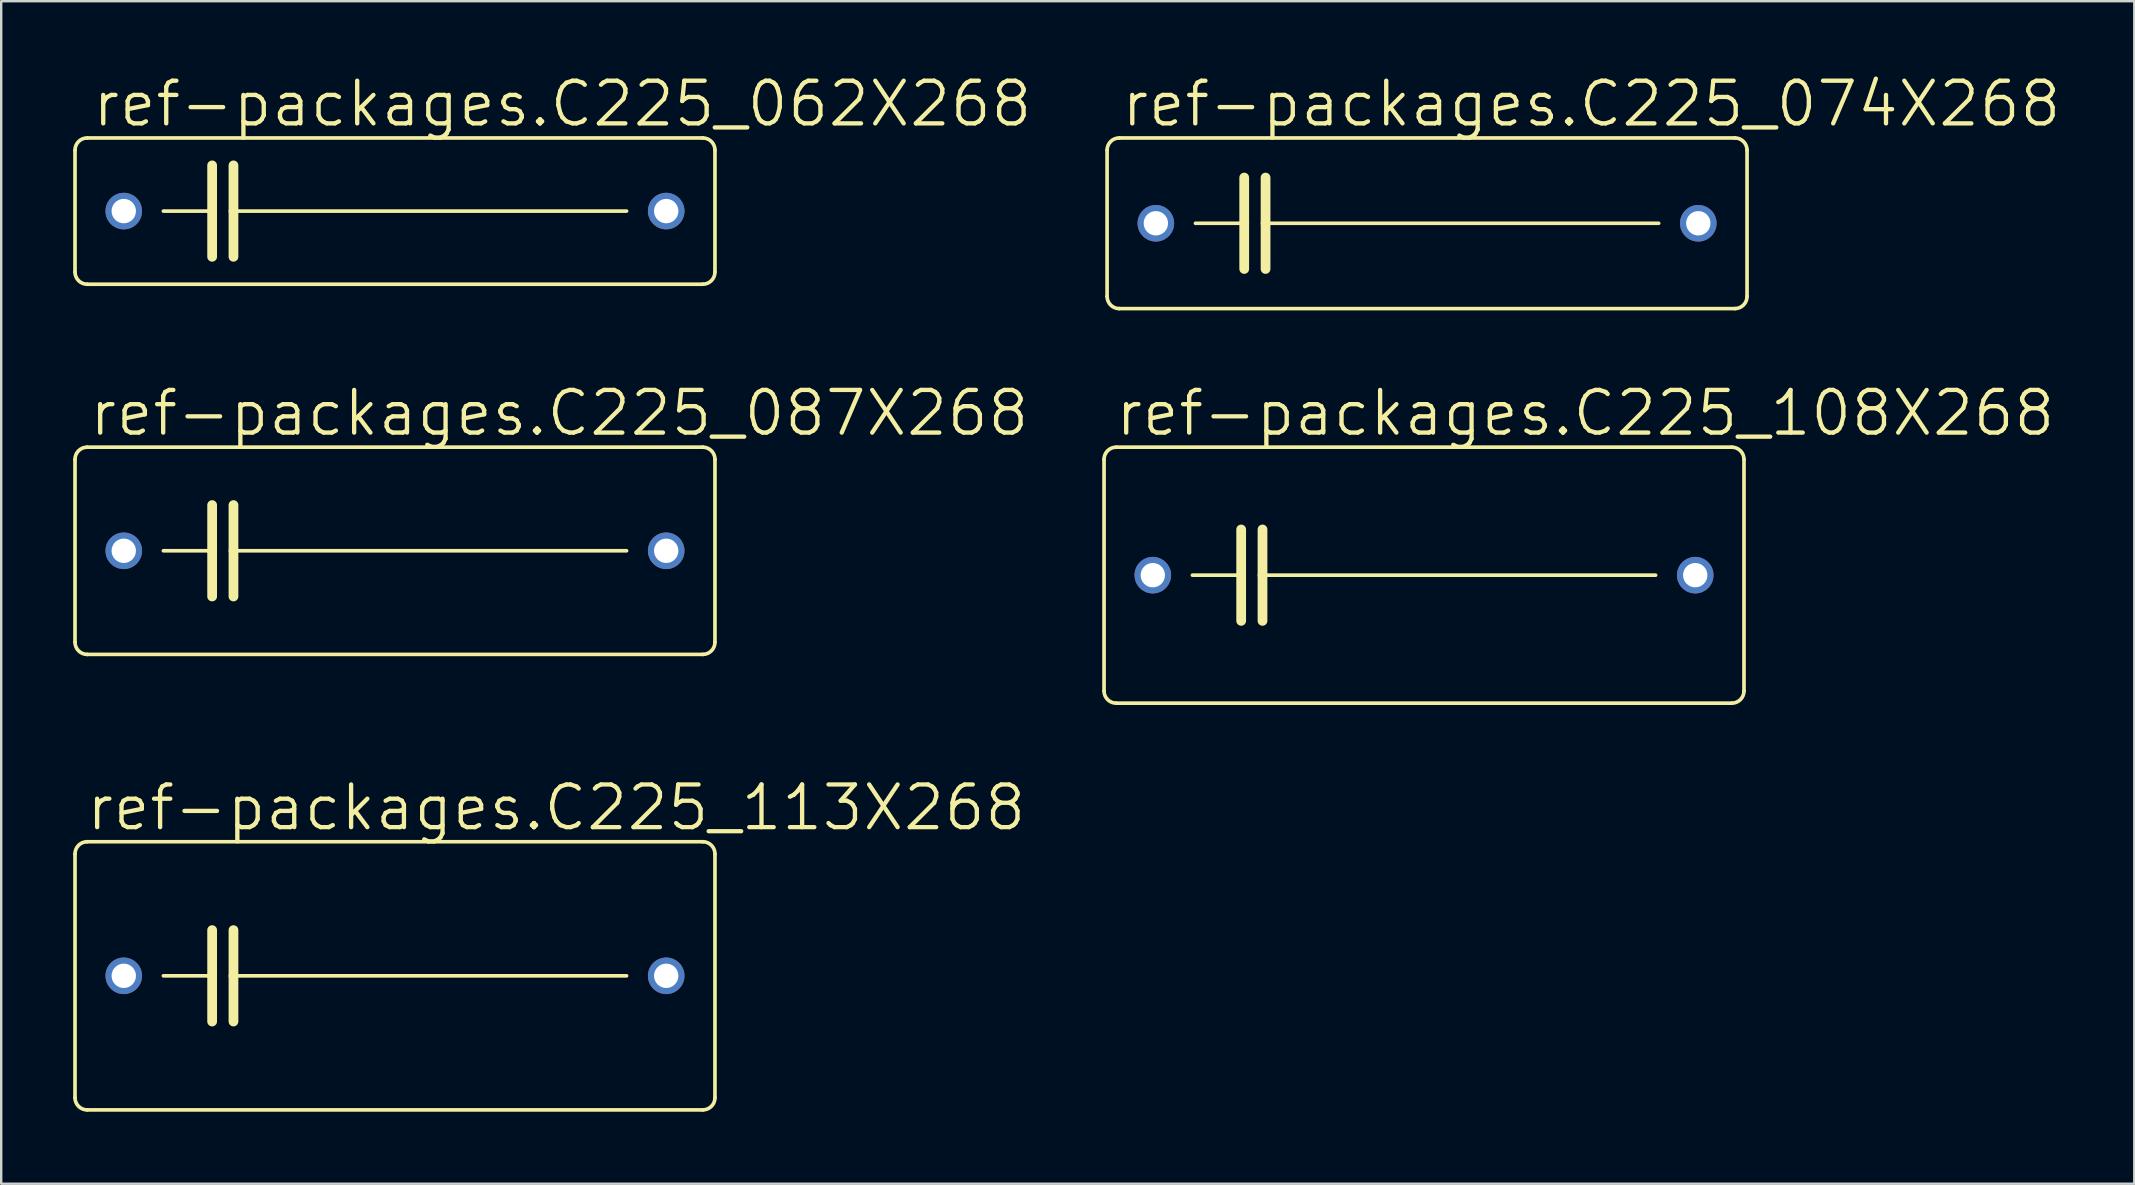
<source format=kicad_pcb>
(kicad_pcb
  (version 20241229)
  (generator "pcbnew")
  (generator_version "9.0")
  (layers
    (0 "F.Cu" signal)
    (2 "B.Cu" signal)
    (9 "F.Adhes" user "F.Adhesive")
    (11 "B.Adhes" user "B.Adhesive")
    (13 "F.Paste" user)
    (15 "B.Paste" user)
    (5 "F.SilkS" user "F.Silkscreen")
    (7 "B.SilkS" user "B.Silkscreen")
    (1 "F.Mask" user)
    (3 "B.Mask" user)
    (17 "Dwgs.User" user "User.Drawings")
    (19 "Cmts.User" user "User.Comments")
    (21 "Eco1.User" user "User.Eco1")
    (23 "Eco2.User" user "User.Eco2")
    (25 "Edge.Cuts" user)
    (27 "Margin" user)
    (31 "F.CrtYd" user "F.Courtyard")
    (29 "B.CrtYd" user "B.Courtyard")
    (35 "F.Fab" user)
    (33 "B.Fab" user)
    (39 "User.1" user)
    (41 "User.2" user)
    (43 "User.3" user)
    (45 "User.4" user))
  (footprint "ref-packages.C225_074X268"
    (layer "F.Cu")
    (at 56.423 6.255)
    (property "Reference" "ref-packages.C225_074X268" (at -12.827 -3.937 0) (layer "F.SilkS") (effects (font (size 1.778 1.778) (thickness 0.18)) (justify left bottom)))
    (attr through_hole)
    (fp_line (start -13.335 3.048) (end -13.335 -3.048) (stroke (width 0.152) (type default)) (layer "F.SilkS"))
    (fp_line (start -12.827 -3.556) (end 12.827 -3.556) (stroke (width 0.152) (type default)) (layer "F.SilkS"))
    (fp_line (start -9.652 0) (end -7.62 0) (stroke (width 0.152) (type default)) (layer "F.SilkS"))
    (fp_line (start -7.62 -1.905) (end -7.62 0) (stroke (width 0.406) (type default)) (layer "F.SilkS"))
    (fp_line (start -7.62 0) (end -7.62 1.905) (stroke (width 0.406) (type default)) (layer "F.SilkS"))
    (fp_line (start -6.731 -1.905) (end -6.731 0) (stroke (width 0.406) (type default)) (layer "F.SilkS"))
    (fp_line (start -6.731 0) (end -6.731 1.905) (stroke (width 0.406) (type default)) (layer "F.SilkS"))
    (fp_line (start -6.731 0) (end 9.652 0) (stroke (width 0.152) (type default)) (layer "F.SilkS"))
    (fp_line (start 12.827 3.556) (end -12.827 3.556) (stroke (width 0.152) (type default)) (layer "F.SilkS"))
    (fp_line (start 13.335 -3.048) (end 13.335 3.048) (stroke (width 0.152) (type default)) (layer "F.SilkS"))
    (fp_arc (start -13.335 -3.048) (mid -13.18621 -3.40721) (end -12.827 -3.556) (stroke (width 0.1524) (type default)) (layer "F.SilkS"))
    (fp_arc (start -12.827 3.556) (mid -13.18621 3.40721) (end -13.335 3.048) (stroke (width 0.1524) (type default)) (layer "F.SilkS"))
    (fp_arc (start 12.827 -3.556) (mid 13.18621 -3.40721) (end 13.335 -3.048) (stroke (width 0.1524) (type default)) (layer "F.SilkS"))
    (fp_arc (start 13.335 3.048) (mid 13.18621 3.40721) (end 12.827 3.556) (stroke (width 0.1524) (type default)) (layer "F.SilkS"))
    (pad "1" thru_hole circle (at -11.303 0) (size 1.524 1.524) (drill 1.016) (layers "*.Cu" "*.Mask"))
    (pad "2" thru_hole circle (at 11.303 0) (size 1.524 1.524) (drill 1.016) (layers "*.Cu" "*.Mask")))
  (footprint "ref-packages.C225_108X268"
    (layer "F.Cu")
    (at 56.296 20.92)
    (property "Reference" "ref-packages.C225_108X268" (at -12.954 -5.715 0) (layer "F.SilkS") (effects (font (size 1.778 1.778) (thickness 0.18)) (justify left bottom)))
    (attr through_hole)
    (fp_line (start -13.335 4.826) (end -13.335 -4.826) (stroke (width 0.152) (type default)) (layer "F.SilkS"))
    (fp_line (start -12.827 -5.334) (end 12.827 -5.334) (stroke (width 0.152) (type default)) (layer "F.SilkS"))
    (fp_line (start -9.652 0) (end -7.62 0) (stroke (width 0.152) (type default)) (layer "F.SilkS"))
    (fp_line (start -7.62 -1.905) (end -7.62 0) (stroke (width 0.406) (type default)) (layer "F.SilkS"))
    (fp_line (start -7.62 0) (end -7.62 1.905) (stroke (width 0.406) (type default)) (layer "F.SilkS"))
    (fp_line (start -6.731 -1.905) (end -6.731 0) (stroke (width 0.406) (type default)) (layer "F.SilkS"))
    (fp_line (start -6.731 0) (end -6.731 1.905) (stroke (width 0.406) (type default)) (layer "F.SilkS"))
    (fp_line (start -6.731 0) (end 9.652 0) (stroke (width 0.152) (type default)) (layer "F.SilkS"))
    (fp_line (start 12.827 5.334) (end -12.827 5.334) (stroke (width 0.152) (type default)) (layer "F.SilkS"))
    (fp_line (start 13.335 -4.826) (end 13.335 4.826) (stroke (width 0.152) (type default)) (layer "F.SilkS"))
    (fp_arc (start -13.335 -4.826) (mid -13.18621 -5.18521) (end -12.827 -5.334) (stroke (width 0.1524) (type default)) (layer "F.SilkS"))
    (fp_arc (start -12.827 5.334) (mid -13.18621 5.18521) (end -13.335 4.826) (stroke (width 0.1524) (type default)) (layer "F.SilkS"))
    (fp_arc (start 12.827 -5.334) (mid 13.18621 -5.18521) (end 13.335 -4.826) (stroke (width 0.1524) (type default)) (layer "F.SilkS"))
    (fp_arc (start 13.335 4.826) (mid 13.18621 5.18521) (end 12.827 5.334) (stroke (width 0.1524) (type default)) (layer "F.SilkS"))
    (pad "1" thru_hole circle (at -11.303 0) (size 1.524 1.524) (drill 1.016) (layers "*.Cu" "*.Mask"))
    (pad "2" thru_hole circle (at 11.303 0) (size 1.524 1.524) (drill 1.016) (layers "*.Cu" "*.Mask")))
  (footprint "ref-packages.C225_062X268"
    (layer "F.Cu")
    (at 13.411 5.747)
    (property "Reference" "ref-packages.C225_062X268" (at -12.7 -3.429 0) (layer "F.SilkS") (effects (font (size 1.778 1.778) (thickness 0.18)) (justify left bottom)))
    (attr through_hole)
    (fp_line (start -13.335 2.54) (end -13.335 -2.54) (stroke (width 0.152) (type default)) (layer "F.SilkS"))
    (fp_line (start -12.827 -3.048) (end 12.827 -3.048) (stroke (width 0.152) (type default)) (layer "F.SilkS"))
    (fp_line (start -9.652 0) (end -7.62 0) (stroke (width 0.152) (type default)) (layer "F.SilkS"))
    (fp_line (start -7.62 -1.905) (end -7.62 0) (stroke (width 0.406) (type default)) (layer "F.SilkS"))
    (fp_line (start -7.62 0) (end -7.62 1.905) (stroke (width 0.406) (type default)) (layer "F.SilkS"))
    (fp_line (start -6.731 -1.905) (end -6.731 0) (stroke (width 0.406) (type default)) (layer "F.SilkS"))
    (fp_line (start -6.731 0) (end -6.731 1.905) (stroke (width 0.406) (type default)) (layer "F.SilkS"))
    (fp_line (start -6.731 0) (end 9.652 0) (stroke (width 0.152) (type default)) (layer "F.SilkS"))
    (fp_line (start 12.827 3.048) (end -12.827 3.048) (stroke (width 0.152) (type default)) (layer "F.SilkS"))
    (fp_line (start 13.335 -2.54) (end 13.335 2.54) (stroke (width 0.152) (type default)) (layer "F.SilkS"))
    (fp_arc (start -13.335 -2.54) (mid -13.18621 -2.89921) (end -12.827 -3.048) (stroke (width 0.1524) (type default)) (layer "F.SilkS"))
    (fp_arc (start -12.827 3.048) (mid -13.18621 2.89921) (end -13.335 2.54) (stroke (width 0.1524) (type default)) (layer "F.SilkS"))
    (fp_arc (start 12.827 -3.048) (mid 13.18621 -2.89921) (end 13.335 -2.54) (stroke (width 0.1524) (type default)) (layer "F.SilkS"))
    (fp_arc (start 13.335 2.54) (mid 13.18621 2.89921) (end 12.827 3.048) (stroke (width 0.1524) (type default)) (layer "F.SilkS"))
    (pad "1" thru_hole circle (at -11.303 0) (size 1.524 1.524) (drill 1.016) (layers "*.Cu" "*.Mask"))
    (pad "2" thru_hole circle (at 11.303 0) (size 1.524 1.524) (drill 1.016) (layers "*.Cu" "*.Mask")))
  (footprint "ref-packages.C225_087X268"
    (layer "F.Cu")
    (at 13.411 19.904)
    (property "Reference" "ref-packages.C225_087X268" (at -12.827 -4.699 0) (layer "F.SilkS") (effects (font (size 1.778 1.778) (thickness 0.18)) (justify left bottom)))
    (attr through_hole)
    (fp_line (start -13.335 3.81) (end -13.335 -3.81) (stroke (width 0.152) (type default)) (layer "F.SilkS"))
    (fp_line (start -12.827 -4.318) (end 12.827 -4.318) (stroke (width 0.152) (type default)) (layer "F.SilkS"))
    (fp_line (start -9.652 0) (end -7.62 0) (stroke (width 0.152) (type default)) (layer "F.SilkS"))
    (fp_line (start -7.62 -1.905) (end -7.62 0) (stroke (width 0.406) (type default)) (layer "F.SilkS"))
    (fp_line (start -7.62 0) (end -7.62 1.905) (stroke (width 0.406) (type default)) (layer "F.SilkS"))
    (fp_line (start -6.731 -1.905) (end -6.731 0) (stroke (width 0.406) (type default)) (layer "F.SilkS"))
    (fp_line (start -6.731 0) (end -6.731 1.905) (stroke (width 0.406) (type default)) (layer "F.SilkS"))
    (fp_line (start -6.731 0) (end 9.652 0) (stroke (width 0.152) (type default)) (layer "F.SilkS"))
    (fp_line (start 12.827 4.318) (end -12.827 4.318) (stroke (width 0.152) (type default)) (layer "F.SilkS"))
    (fp_line (start 13.335 -3.81) (end 13.335 3.81) (stroke (width 0.152) (type default)) (layer "F.SilkS"))
    (fp_arc (start -13.335 -3.81) (mid -13.18621 -4.16921) (end -12.827 -4.318) (stroke (width 0.1524) (type default)) (layer "F.SilkS"))
    (fp_arc (start -12.827 4.318) (mid -13.18621 4.16921) (end -13.335 3.81) (stroke (width 0.1524) (type default)) (layer "F.SilkS"))
    (fp_arc (start 12.827 -4.318) (mid 13.18621 -4.16921) (end 13.335 -3.81) (stroke (width 0.1524) (type default)) (layer "F.SilkS"))
    (fp_arc (start 13.335 3.81) (mid 13.18621 4.16921) (end 12.827 4.318) (stroke (width 0.1524) (type default)) (layer "F.SilkS"))
    (pad "1" thru_hole circle (at -11.303 0) (size 1.524 1.524) (drill 1.016) (layers "*.Cu" "*.Mask"))
    (pad "2" thru_hole circle (at 11.303 0) (size 1.524 1.524) (drill 1.016) (layers "*.Cu" "*.Mask")))
  (footprint "ref-packages.C225_113X268"
    (layer "F.Cu")
    (at 13.411 37.617)
    (property "Reference" "ref-packages.C225_113X268" (at -12.954 -5.969 0) (layer "F.SilkS") (effects (font (size 1.778 1.778) (thickness 0.18)) (justify left bottom)))
    (attr through_hole)
    (fp_line (start -13.335 5.08) (end -13.335 -5.08) (stroke (width 0.152) (type default)) (layer "F.SilkS"))
    (fp_line (start -12.827 -5.588) (end 12.827 -5.588) (stroke (width 0.152) (type default)) (layer "F.SilkS"))
    (fp_line (start -9.652 0) (end -7.62 0) (stroke (width 0.152) (type default)) (layer "F.SilkS"))
    (fp_line (start -7.62 -1.905) (end -7.62 0) (stroke (width 0.406) (type default)) (layer "F.SilkS"))
    (fp_line (start -7.62 0) (end -7.62 1.905) (stroke (width 0.406) (type default)) (layer "F.SilkS"))
    (fp_line (start -6.731 -1.905) (end -6.731 0) (stroke (width 0.406) (type default)) (layer "F.SilkS"))
    (fp_line (start -6.731 0) (end -6.731 1.905) (stroke (width 0.406) (type default)) (layer "F.SilkS"))
    (fp_line (start -6.731 0) (end 9.652 0) (stroke (width 0.152) (type default)) (layer "F.SilkS"))
    (fp_line (start 12.827 5.588) (end -12.827 5.588) (stroke (width 0.152) (type default)) (layer "F.SilkS"))
    (fp_line (start 13.335 -5.08) (end 13.335 5.08) (stroke (width 0.152) (type default)) (layer "F.SilkS"))
    (fp_arc (start -13.335 -5.08) (mid -13.18621 -5.43921) (end -12.827 -5.588) (stroke (width 0.1524) (type default)) (layer "F.SilkS"))
    (fp_arc (start -12.827 5.588) (mid -13.18621 5.43921) (end -13.335 5.08) (stroke (width 0.1524) (type default)) (layer "F.SilkS"))
    (fp_arc (start 12.827 -5.588) (mid 13.18621 -5.43921) (end 13.335 -5.08) (stroke (width 0.1524) (type default)) (layer "F.SilkS"))
    (fp_arc (start 13.335 5.08) (mid 13.18621 5.43921) (end 12.827 5.588) (stroke (width 0.1524) (type default)) (layer "F.SilkS"))
    (pad "1" thru_hole circle (at -11.303 0) (size 1.524 1.524) (drill 1.016) (layers "*.Cu" "*.Mask"))
    (pad "2" thru_hole circle (at 11.303 0) (size 1.524 1.524) (drill 1.016) (layers "*.Cu" "*.Mask")))
  (gr_rect
    (start -3 -3)
    (end 85.896 46.282)
    (stroke (width 0.1) (type default))
    (fill no)
    (layer "Edge.Cuts")))
</source>
